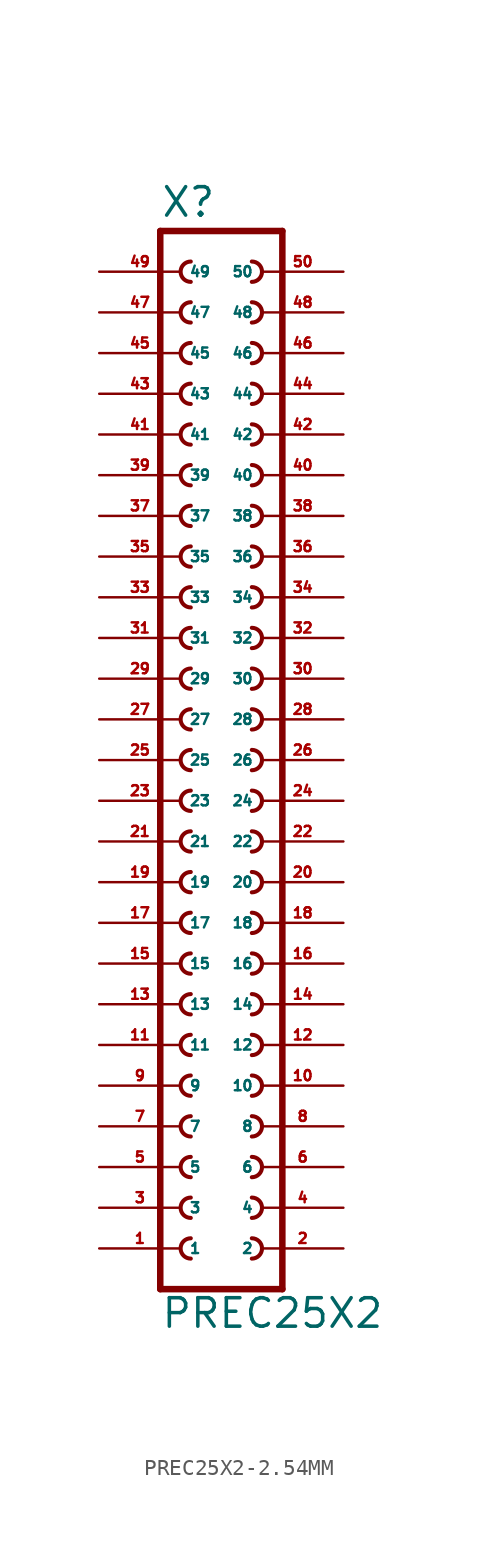
<source format=kicad_sym>
(kicad_symbol_lib
  (version 20220914)
  (generator Eagle2Kicad)
  (symbol "PREC25X2-2.54MM"
    (property "Reference" "X"
      (at -3.81 31.242 0)
      (effects (font (size 1.778 1.778) (thickness 0.22)) (justify left bottom)))
    (property "Value" "PREC25X2"
      (at -3.81 -38.1 0)
      (effects (font (size 1.778 1.778) (thickness 0.22)) (justify left bottom)))
    (polyline
      (pts (xy 3.81 -35.56) (xy -3.81 -35.56))
      (stroke (width 0.406) (type default))
      (fill (type none)))
    (arc
      (start -1.905 -27.305)
      (mid -2.540 -27.940)
      (end -1.905 -28.575)
      (stroke (width 0.254) (type default))
      (fill (type none)))
    (arc
      (start -1.905 -29.845)
      (mid -2.540 -30.480)
      (end -1.905 -31.115)
      (stroke (width 0.254) (type default))
      (fill (type none)))
    (arc
      (start -1.905 -32.385)
      (mid -2.540 -33.020)
      (end -1.905 -33.655)
      (stroke (width 0.254) (type default))
      (fill (type none)))
    (arc
      (start 1.905 -28.575)
      (mid 2.540 -27.940)
      (end 1.905 -27.305)
      (stroke (width 0.254) (type default))
      (fill (type none)))
    (arc
      (start 1.905 -31.115)
      (mid 2.540 -30.480)
      (end 1.905 -29.845)
      (stroke (width 0.254) (type default))
      (fill (type none)))
    (arc
      (start 1.905 -33.655)
      (mid 2.540 -33.020)
      (end 1.905 -32.385)
      (stroke (width 0.254) (type default))
      (fill (type none)))
    (arc
      (start -1.905 -22.225)
      (mid -2.540 -22.860)
      (end -1.905 -23.495)
      (stroke (width 0.254) (type default))
      (fill (type none)))
    (arc
      (start -1.905 -24.765)
      (mid -2.540 -25.400)
      (end -1.905 -26.035)
      (stroke (width 0.254) (type default))
      (fill (type none)))
    (arc
      (start 1.905 -23.495)
      (mid 2.540 -22.860)
      (end 1.905 -22.225)
      (stroke (width 0.254) (type default))
      (fill (type none)))
    (arc
      (start 1.905 -26.035)
      (mid 2.540 -25.400)
      (end 1.905 -24.765)
      (stroke (width 0.254) (type default))
      (fill (type none)))
    (arc
      (start -1.905 -14.605)
      (mid -2.540 -15.240)
      (end -1.905 -15.875)
      (stroke (width 0.254) (type default))
      (fill (type none)))
    (arc
      (start -1.905 -17.145)
      (mid -2.540 -17.780)
      (end -1.905 -18.415)
      (stroke (width 0.254) (type default))
      (fill (type none)))
    (arc
      (start -1.905 -19.685)
      (mid -2.540 -20.320)
      (end -1.905 -20.955)
      (stroke (width 0.254) (type default))
      (fill (type none)))
    (arc
      (start 1.905 -15.875)
      (mid 2.540 -15.240)
      (end 1.905 -14.605)
      (stroke (width 0.254) (type default))
      (fill (type none)))
    (arc
      (start 1.905 -18.415)
      (mid 2.540 -17.780)
      (end 1.905 -17.145)
      (stroke (width 0.254) (type default))
      (fill (type none)))
    (arc
      (start 1.905 -20.955)
      (mid 2.540 -20.320)
      (end 1.905 -19.685)
      (stroke (width 0.254) (type default))
      (fill (type none)))
    (arc
      (start -1.905 -9.525)
      (mid -2.540 -10.160)
      (end -1.905 -10.795)
      (stroke (width 0.254) (type default))
      (fill (type none)))
    (arc
      (start -1.905 -12.065)
      (mid -2.540 -12.700)
      (end -1.905 -13.335)
      (stroke (width 0.254) (type default))
      (fill (type none)))
    (arc
      (start 1.905 -10.795)
      (mid 2.540 -10.160)
      (end 1.905 -9.525)
      (stroke (width 0.254) (type default))
      (fill (type none)))
    (arc
      (start 1.905 -13.335)
      (mid 2.540 -12.700)
      (end 1.905 -12.065)
      (stroke (width 0.254) (type default))
      (fill (type none)))
    (arc
      (start -1.905 -1.905)
      (mid -2.540 -2.540)
      (end -1.905 -3.175)
      (stroke (width 0.254) (type default))
      (fill (type none)))
    (arc
      (start -1.905 -4.445)
      (mid -2.540 -5.080)
      (end -1.905 -5.715)
      (stroke (width 0.254) (type default))
      (fill (type none)))
    (arc
      (start -1.905 -6.985)
      (mid -2.540 -7.620)
      (end -1.905 -8.255)
      (stroke (width 0.254) (type default))
      (fill (type none)))
    (arc
      (start 1.905 -3.175)
      (mid 2.540 -2.540)
      (end 1.905 -1.905)
      (stroke (width 0.254) (type default))
      (fill (type none)))
    (arc
      (start 1.905 -5.715)
      (mid 2.540 -5.080)
      (end 1.905 -4.445)
      (stroke (width 0.254) (type default))
      (fill (type none)))
    (arc
      (start 1.905 -8.255)
      (mid 2.540 -7.620)
      (end 1.905 -6.985)
      (stroke (width 0.254) (type default))
      (fill (type none)))
    (arc
      (start -1.905 3.175)
      (mid -2.540 2.540)
      (end -1.905 1.905)
      (stroke (width 0.254) (type default))
      (fill (type none)))
    (arc
      (start -1.905 0.635)
      (mid -2.540 0.000)
      (end -1.905 -0.635)
      (stroke (width 0.254) (type default))
      (fill (type none)))
    (arc
      (start 1.905 1.905)
      (mid 2.540 2.540)
      (end 1.905 3.175)
      (stroke (width 0.254) (type default))
      (fill (type none)))
    (arc
      (start 1.905 -0.635)
      (mid 2.540 0.000)
      (end 1.905 0.635)
      (stroke (width 0.254) (type default))
      (fill (type none)))
    (arc
      (start -1.905 8.255)
      (mid -2.540 7.620)
      (end -1.905 6.985)
      (stroke (width 0.254) (type default))
      (fill (type none)))
    (arc
      (start -1.905 5.715)
      (mid -2.540 5.080)
      (end -1.905 4.445)
      (stroke (width 0.254) (type default))
      (fill (type none)))
    (arc
      (start 1.905 6.985)
      (mid 2.540 7.620)
      (end 1.905 8.255)
      (stroke (width 0.254) (type default))
      (fill (type none)))
    (arc
      (start 1.905 4.445)
      (mid 2.540 5.080)
      (end 1.905 5.715)
      (stroke (width 0.254) (type default))
      (fill (type none)))
    (arc
      (start -1.905 15.875)
      (mid -2.540 15.240)
      (end -1.905 14.605)
      (stroke (width 0.254) (type default))
      (fill (type none)))
    (arc
      (start -1.905 13.335)
      (mid -2.540 12.700)
      (end -1.905 12.065)
      (stroke (width 0.254) (type default))
      (fill (type none)))
    (arc
      (start -1.905 10.795)
      (mid -2.540 10.160)
      (end -1.905 9.525)
      (stroke (width 0.254) (type default))
      (fill (type none)))
    (arc
      (start 1.905 14.605)
      (mid 2.540 15.240)
      (end 1.905 15.875)
      (stroke (width 0.254) (type default))
      (fill (type none)))
    (arc
      (start 1.905 12.065)
      (mid 2.540 12.700)
      (end 1.905 13.335)
      (stroke (width 0.254) (type default))
      (fill (type none)))
    (arc
      (start 1.905 9.525)
      (mid 2.540 10.160)
      (end 1.905 10.795)
      (stroke (width 0.254) (type default))
      (fill (type none)))
    (polyline
      (pts (xy -3.81 30.48) (xy -3.81 -35.56))
      (stroke (width 0.406) (type default))
      (fill (type none)))
    (polyline
      (pts (xy 3.81 -35.56) (xy 3.81 30.48))
      (stroke (width 0.406) (type default))
      (fill (type none)))
    (polyline
      (pts (xy -3.81 30.48) (xy 3.81 30.48))
      (stroke (width 0.406) (type default))
      (fill (type none)))
    (arc
      (start 1.905 17.145)
      (mid 2.540 17.780)
      (end 1.905 18.415)
      (stroke (width 0.254) (type default))
      (fill (type none)))
    (arc
      (start 1.905 19.685)
      (mid 2.540 20.320)
      (end 1.905 20.955)
      (stroke (width 0.254) (type default))
      (fill (type none)))
    (arc
      (start 1.905 22.225)
      (mid 2.540 22.860)
      (end 1.905 23.495)
      (stroke (width 0.254) (type default))
      (fill (type none)))
    (arc
      (start -1.905 18.415)
      (mid -2.540 17.780)
      (end -1.905 17.145)
      (stroke (width 0.254) (type default))
      (fill (type none)))
    (arc
      (start -1.905 20.955)
      (mid -2.540 20.320)
      (end -1.905 19.685)
      (stroke (width 0.254) (type default))
      (fill (type none)))
    (arc
      (start -1.905 23.495)
      (mid -2.540 22.860)
      (end -1.905 22.225)
      (stroke (width 0.254) (type default))
      (fill (type none)))
    (arc
      (start 1.905 24.765)
      (mid 2.540 25.400)
      (end 1.905 26.035)
      (stroke (width 0.254) (type default))
      (fill (type none)))
    (arc
      (start 1.905 27.305)
      (mid 2.540 27.940)
      (end 1.905 28.575)
      (stroke (width 0.254) (type default))
      (fill (type none)))
    (arc
      (start -1.905 26.035)
      (mid -2.540 25.400)
      (end -1.905 24.765)
      (stroke (width 0.254) (type default))
      (fill (type none)))
    (arc
      (start -1.905 28.575)
      (mid -2.540 27.940)
      (end -1.905 27.305)
      (stroke (width 0.254) (type default))
      (fill (type none)))
    (pin passive line
      (at -7.62 -33.02 0)
      (length 5.08)
      (name "1" (effects (font (size 0.635 0.635) (thickness 0.08)) (justify left bottom)))
      (number "1" (effects (font (size 0.635 0.635) (thickness 0.08)) (justify left bottom))))
    (pin passive line
      (at -7.62 -30.48 0)
      (length 5.08)
      (name "3" (effects (font (size 0.635 0.635) (thickness 0.08)) (justify left bottom)))
      (number "3" (effects (font (size 0.635 0.635) (thickness 0.08)) (justify left bottom))))
    (pin passive line
      (at -7.62 -27.94 0)
      (length 5.08)
      (name "5" (effects (font (size 0.635 0.635) (thickness 0.08)) (justify left bottom)))
      (number "5" (effects (font (size 0.635 0.635) (thickness 0.08)) (justify left bottom))))
    (pin passive line
      (at 7.62 -33.02 180)
      (length 5.08)
      (name "2" (effects (font (size 0.635 0.635) (thickness 0.08)) (justify left bottom)))
      (number "2" (effects (font (size 0.635 0.635) (thickness 0.08)) (justify left bottom))))
    (pin passive line
      (at 7.62 -30.48 180)
      (length 5.08)
      (name "4" (effects (font (size 0.635 0.635) (thickness 0.08)) (justify left bottom)))
      (number "4" (effects (font (size 0.635 0.635) (thickness 0.08)) (justify left bottom))))
    (pin passive line
      (at 7.62 -27.94 180)
      (length 5.08)
      (name "6" (effects (font (size 0.635 0.635) (thickness 0.08)) (justify left bottom)))
      (number "6" (effects (font (size 0.635 0.635) (thickness 0.08)) (justify left bottom))))
    (pin passive line
      (at -7.62 -25.4 0)
      (length 5.08)
      (name "7" (effects (font (size 0.635 0.635) (thickness 0.08)) (justify left bottom)))
      (number "7" (effects (font (size 0.635 0.635) (thickness 0.08)) (justify left bottom))))
    (pin passive line
      (at -7.62 -22.86 0)
      (length 5.08)
      (name "9" (effects (font (size 0.635 0.635) (thickness 0.08)) (justify left bottom)))
      (number "9" (effects (font (size 0.635 0.635) (thickness 0.08)) (justify left bottom))))
    (pin passive line
      (at 7.62 -25.4 180)
      (length 5.08)
      (name "8" (effects (font (size 0.635 0.635) (thickness 0.08)) (justify left bottom)))
      (number "8" (effects (font (size 0.635 0.635) (thickness 0.08)) (justify left bottom))))
    (pin passive line
      (at 7.62 -22.86 180)
      (length 5.08)
      (name "10" (effects (font (size 0.635 0.635) (thickness 0.08)) (justify left bottom)))
      (number "10" (effects (font (size 0.635 0.635) (thickness 0.08)) (justify left bottom))))
    (pin passive line
      (at -7.62 -20.32 0)
      (length 5.08)
      (name "11" (effects (font (size 0.635 0.635) (thickness 0.08)) (justify left bottom)))
      (number "11" (effects (font (size 0.635 0.635) (thickness 0.08)) (justify left bottom))))
    (pin passive line
      (at -7.62 -17.78 0)
      (length 5.08)
      (name "13" (effects (font (size 0.635 0.635) (thickness 0.08)) (justify left bottom)))
      (number "13" (effects (font (size 0.635 0.635) (thickness 0.08)) (justify left bottom))))
    (pin passive line
      (at -7.62 -15.24 0)
      (length 5.08)
      (name "15" (effects (font (size 0.635 0.635) (thickness 0.08)) (justify left bottom)))
      (number "15" (effects (font (size 0.635 0.635) (thickness 0.08)) (justify left bottom))))
    (pin passive line
      (at 7.62 -20.32 180)
      (length 5.08)
      (name "12" (effects (font (size 0.635 0.635) (thickness 0.08)) (justify left bottom)))
      (number "12" (effects (font (size 0.635 0.635) (thickness 0.08)) (justify left bottom))))
    (pin passive line
      (at 7.62 -17.78 180)
      (length 5.08)
      (name "14" (effects (font (size 0.635 0.635) (thickness 0.08)) (justify left bottom)))
      (number "14" (effects (font (size 0.635 0.635) (thickness 0.08)) (justify left bottom))))
    (pin passive line
      (at 7.62 -15.24 180)
      (length 5.08)
      (name "16" (effects (font (size 0.635 0.635) (thickness 0.08)) (justify left bottom)))
      (number "16" (effects (font (size 0.635 0.635) (thickness 0.08)) (justify left bottom))))
    (pin passive line
      (at -7.62 -12.7 0)
      (length 5.08)
      (name "17" (effects (font (size 0.635 0.635) (thickness 0.08)) (justify left bottom)))
      (number "17" (effects (font (size 0.635 0.635) (thickness 0.08)) (justify left bottom))))
    (pin passive line
      (at -7.62 -10.16 0)
      (length 5.08)
      (name "19" (effects (font (size 0.635 0.635) (thickness 0.08)) (justify left bottom)))
      (number "19" (effects (font (size 0.635 0.635) (thickness 0.08)) (justify left bottom))))
    (pin passive line
      (at 7.62 -12.7 180)
      (length 5.08)
      (name "18" (effects (font (size 0.635 0.635) (thickness 0.08)) (justify left bottom)))
      (number "18" (effects (font (size 0.635 0.635) (thickness 0.08)) (justify left bottom))))
    (pin passive line
      (at 7.62 -10.16 180)
      (length 5.08)
      (name "20" (effects (font (size 0.635 0.635) (thickness 0.08)) (justify left bottom)))
      (number "20" (effects (font (size 0.635 0.635) (thickness 0.08)) (justify left bottom))))
    (pin passive line
      (at -7.62 -7.62 0)
      (length 5.08)
      (name "21" (effects (font (size 0.635 0.635) (thickness 0.08)) (justify left bottom)))
      (number "21" (effects (font (size 0.635 0.635) (thickness 0.08)) (justify left bottom))))
    (pin passive line
      (at -7.62 -5.08 0)
      (length 5.08)
      (name "23" (effects (font (size 0.635 0.635) (thickness 0.08)) (justify left bottom)))
      (number "23" (effects (font (size 0.635 0.635) (thickness 0.08)) (justify left bottom))))
    (pin passive line
      (at -7.62 -2.54 0)
      (length 5.08)
      (name "25" (effects (font (size 0.635 0.635) (thickness 0.08)) (justify left bottom)))
      (number "25" (effects (font (size 0.635 0.635) (thickness 0.08)) (justify left bottom))))
    (pin passive line
      (at 7.62 -7.62 180)
      (length 5.08)
      (name "22" (effects (font (size 0.635 0.635) (thickness 0.08)) (justify left bottom)))
      (number "22" (effects (font (size 0.635 0.635) (thickness 0.08)) (justify left bottom))))
    (pin passive line
      (at 7.62 -5.08 180)
      (length 5.08)
      (name "24" (effects (font (size 0.635 0.635) (thickness 0.08)) (justify left bottom)))
      (number "24" (effects (font (size 0.635 0.635) (thickness 0.08)) (justify left bottom))))
    (pin passive line
      (at 7.62 -2.54 180)
      (length 5.08)
      (name "26" (effects (font (size 0.635 0.635) (thickness 0.08)) (justify left bottom)))
      (number "26" (effects (font (size 0.635 0.635) (thickness 0.08)) (justify left bottom))))
    (pin passive line
      (at -7.62 0 0)
      (length 5.08)
      (name "27" (effects (font (size 0.635 0.635) (thickness 0.08)) (justify left bottom)))
      (number "27" (effects (font (size 0.635 0.635) (thickness 0.08)) (justify left bottom))))
    (pin passive line
      (at -7.62 2.54 0)
      (length 5.08)
      (name "29" (effects (font (size 0.635 0.635) (thickness 0.08)) (justify left bottom)))
      (number "29" (effects (font (size 0.635 0.635) (thickness 0.08)) (justify left bottom))))
    (pin passive line
      (at 7.62 0 180)
      (length 5.08)
      (name "28" (effects (font (size 0.635 0.635) (thickness 0.08)) (justify left bottom)))
      (number "28" (effects (font (size 0.635 0.635) (thickness 0.08)) (justify left bottom))))
    (pin passive line
      (at 7.62 2.54 180)
      (length 5.08)
      (name "30" (effects (font (size 0.635 0.635) (thickness 0.08)) (justify left bottom)))
      (number "30" (effects (font (size 0.635 0.635) (thickness 0.08)) (justify left bottom))))
    (pin passive line
      (at -7.62 5.08 0)
      (length 5.08)
      (name "31" (effects (font (size 0.635 0.635) (thickness 0.08)) (justify left bottom)))
      (number "31" (effects (font (size 0.635 0.635) (thickness 0.08)) (justify left bottom))))
    (pin passive line
      (at -7.62 7.62 0)
      (length 5.08)
      (name "33" (effects (font (size 0.635 0.635) (thickness 0.08)) (justify left bottom)))
      (number "33" (effects (font (size 0.635 0.635) (thickness 0.08)) (justify left bottom))))
    (pin passive line
      (at 7.62 5.08 180)
      (length 5.08)
      (name "32" (effects (font (size 0.635 0.635) (thickness 0.08)) (justify left bottom)))
      (number "32" (effects (font (size 0.635 0.635) (thickness 0.08)) (justify left bottom))))
    (pin passive line
      (at 7.62 7.62 180)
      (length 5.08)
      (name "34" (effects (font (size 0.635 0.635) (thickness 0.08)) (justify left bottom)))
      (number "34" (effects (font (size 0.635 0.635) (thickness 0.08)) (justify left bottom))))
    (pin passive line
      (at -7.62 10.16 0)
      (length 5.08)
      (name "35" (effects (font (size 0.635 0.635) (thickness 0.08)) (justify left bottom)))
      (number "35" (effects (font (size 0.635 0.635) (thickness 0.08)) (justify left bottom))))
    (pin passive line
      (at -7.62 12.7 0)
      (length 5.08)
      (name "37" (effects (font (size 0.635 0.635) (thickness 0.08)) (justify left bottom)))
      (number "37" (effects (font (size 0.635 0.635) (thickness 0.08)) (justify left bottom))))
    (pin passive line
      (at -7.62 15.24 0)
      (length 5.08)
      (name "39" (effects (font (size 0.635 0.635) (thickness 0.08)) (justify left bottom)))
      (number "39" (effects (font (size 0.635 0.635) (thickness 0.08)) (justify left bottom))))
    (pin passive line
      (at 7.62 10.16 180)
      (length 5.08)
      (name "36" (effects (font (size 0.635 0.635) (thickness 0.08)) (justify left bottom)))
      (number "36" (effects (font (size 0.635 0.635) (thickness 0.08)) (justify left bottom))))
    (pin passive line
      (at 7.62 12.7 180)
      (length 5.08)
      (name "38" (effects (font (size 0.635 0.635) (thickness 0.08)) (justify left bottom)))
      (number "38" (effects (font (size 0.635 0.635) (thickness 0.08)) (justify left bottom))))
    (pin passive line
      (at 7.62 15.24 180)
      (length 5.08)
      (name "40" (effects (font (size 0.635 0.635) (thickness 0.08)) (justify left bottom)))
      (number "40" (effects (font (size 0.635 0.635) (thickness 0.08)) (justify left bottom))))
    (pin passive line
      (at -7.62 17.78 0)
      (length 5.08)
      (name "41" (effects (font (size 0.635 0.635) (thickness 0.08)) (justify left bottom)))
      (number "41" (effects (font (size 0.635 0.635) (thickness 0.08)) (justify left bottom))))
    (pin passive line
      (at 7.62 17.78 180)
      (length 5.08)
      (name "42" (effects (font (size 0.635 0.635) (thickness 0.08)) (justify left bottom)))
      (number "42" (effects (font (size 0.635 0.635) (thickness 0.08)) (justify left bottom))))
    (pin passive line
      (at -7.62 20.32 0)
      (length 5.08)
      (name "43" (effects (font (size 0.635 0.635) (thickness 0.08)) (justify left bottom)))
      (number "43" (effects (font (size 0.635 0.635) (thickness 0.08)) (justify left bottom))))
    (pin passive line
      (at 7.62 20.32 180)
      (length 5.08)
      (name "44" (effects (font (size 0.635 0.635) (thickness 0.08)) (justify left bottom)))
      (number "44" (effects (font (size 0.635 0.635) (thickness 0.08)) (justify left bottom))))
    (pin passive line
      (at -7.62 22.86 0)
      (length 5.08)
      (name "45" (effects (font (size 0.635 0.635) (thickness 0.08)) (justify left bottom)))
      (number "45" (effects (font (size 0.635 0.635) (thickness 0.08)) (justify left bottom))))
    (pin passive line
      (at 7.62 22.86 180)
      (length 5.08)
      (name "46" (effects (font (size 0.635 0.635) (thickness 0.08)) (justify left bottom)))
      (number "46" (effects (font (size 0.635 0.635) (thickness 0.08)) (justify left bottom))))
    (pin passive line
      (at -7.62 25.4 0)
      (length 5.08)
      (name "47" (effects (font (size 0.635 0.635) (thickness 0.08)) (justify left bottom)))
      (number "47" (effects (font (size 0.635 0.635) (thickness 0.08)) (justify left bottom))))
    (pin passive line
      (at 7.62 25.4 180)
      (length 5.08)
      (name "48" (effects (font (size 0.635 0.635) (thickness 0.08)) (justify left bottom)))
      (number "48" (effects (font (size 0.635 0.635) (thickness 0.08)) (justify left bottom))))
    (pin passive line
      (at -7.62 27.94 0)
      (length 5.08)
      (name "49" (effects (font (size 0.635 0.635) (thickness 0.08)) (justify left bottom)))
      (number "49" (effects (font (size 0.635 0.635) (thickness 0.08)) (justify left bottom))))
    (pin passive line
      (at 7.62 27.94 180)
      (length 5.08)
      (name "50" (effects (font (size 0.635 0.635) (thickness 0.08)) (justify left bottom)))
      (number "50" (effects (font (size 0.635 0.635) (thickness 0.08)) (justify left bottom))))))
</source>
